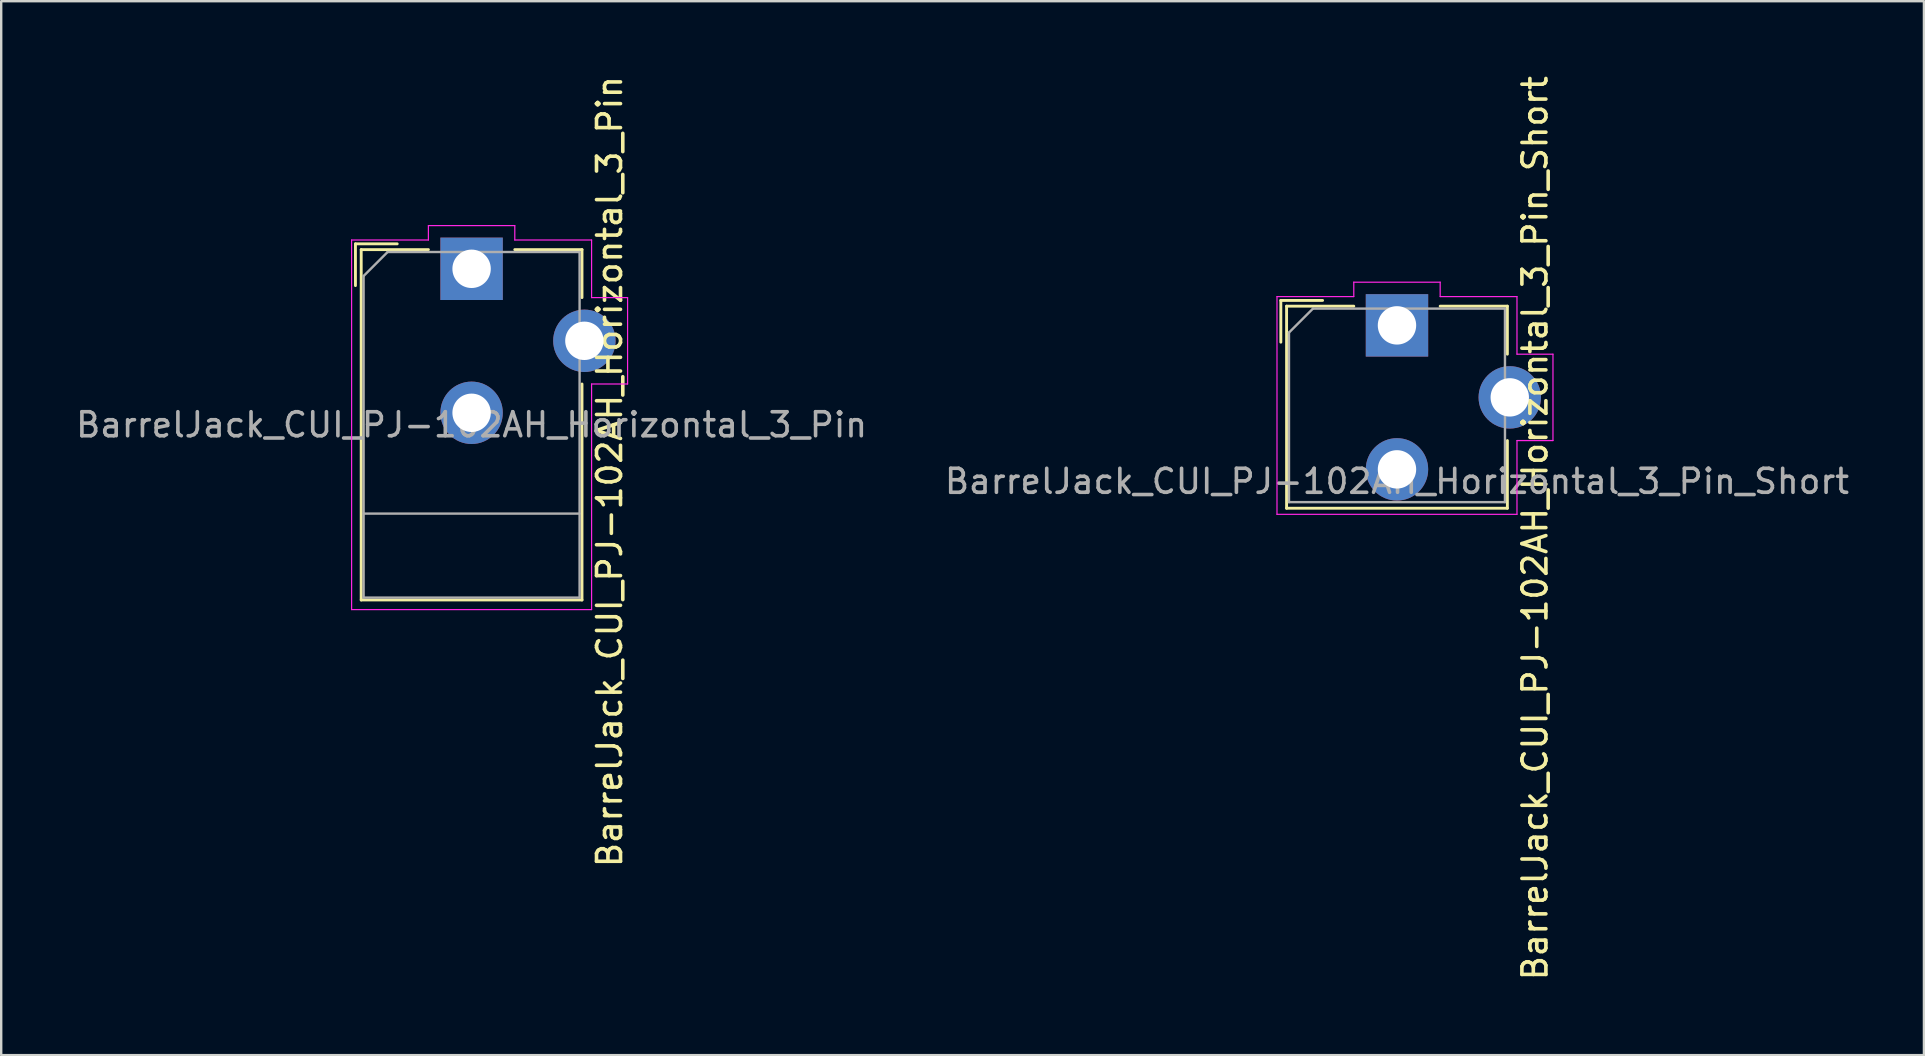
<source format=kicad_pcb>
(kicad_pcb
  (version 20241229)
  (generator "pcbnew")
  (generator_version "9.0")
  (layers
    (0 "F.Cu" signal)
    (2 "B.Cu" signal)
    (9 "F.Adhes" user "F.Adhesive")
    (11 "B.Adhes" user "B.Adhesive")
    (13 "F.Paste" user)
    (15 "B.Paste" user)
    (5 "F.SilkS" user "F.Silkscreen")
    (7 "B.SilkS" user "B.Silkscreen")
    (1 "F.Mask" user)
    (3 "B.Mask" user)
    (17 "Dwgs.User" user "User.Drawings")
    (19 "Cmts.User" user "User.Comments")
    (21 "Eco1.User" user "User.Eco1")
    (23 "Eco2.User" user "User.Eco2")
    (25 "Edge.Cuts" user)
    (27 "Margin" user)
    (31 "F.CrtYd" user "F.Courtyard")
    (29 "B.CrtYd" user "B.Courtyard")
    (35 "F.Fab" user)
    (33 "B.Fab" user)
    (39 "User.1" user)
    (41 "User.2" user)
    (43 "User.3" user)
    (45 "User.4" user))
  (footprint "BarrelJack_CUI_PJ-102AH_Horizontal_3_Pin"
    (layer "F.Cu")
    (at 16.601 8.151)
    (property "Reference" "BarrelJack_CUI_PJ-102AH_Horizontal_3_Pin" (at 5.75 8.45 90) (layer "F.SilkS") (effects (font (size 1 1) (thickness 0.15))))
    (attr through_hole)
    (fp_line (start -4.84 -1.04) (end -3.1 -1.04) (stroke (width 0.12) (type solid)) (layer "F.SilkS"))
    (fp_line (start -4.84 0.7) (end -4.84 -1.04) (stroke (width 0.12) (type solid)) (layer "F.SilkS"))
    (fp_line (start -4.6 -0.8) (end -1.8 -0.8) (stroke (width 0.12) (type solid)) (layer "F.SilkS"))
    (fp_line (start -4.6 13.8) (end -4.6 -0.8) (stroke (width 0.12) (type solid)) (layer "F.SilkS"))
    (fp_line (start 1.8 -0.8) (end 4.6 -0.8) (stroke (width 0.12) (type solid)) (layer "F.SilkS"))
    (fp_line (start 4.6 -0.8) (end 4.6 1.2) (stroke (width 0.12) (type solid)) (layer "F.SilkS"))
    (fp_line (start 4.6 4.8) (end 4.6 13.8) (stroke (width 0.12) (type solid)) (layer "F.SilkS"))
    (fp_line (start 4.6 13.8) (end -4.6 13.8) (stroke (width 0.12) (type solid)) (layer "F.SilkS"))
    (fp_line (start -5 -1.2) (end -1.8 -1.2) (stroke (width 0.05) (type solid)) (layer "F.CrtYd"))
    (fp_line (start -5 14.2) (end -5 -1.2) (stroke (width 0.05) (type solid)) (layer "F.CrtYd"))
    (fp_line (start -1.8 -1.8) (end 1.8 -1.8) (stroke (width 0.05) (type solid)) (layer "F.CrtYd"))
    (fp_line (start -1.8 -1.2) (end -1.8 -1.8) (stroke (width 0.05) (type solid)) (layer "F.CrtYd"))
    (fp_line (start 1.8 -1.8) (end 1.8 -1.2) (stroke (width 0.05) (type solid)) (layer "F.CrtYd"))
    (fp_line (start 1.8 -1.2) (end 5 -1.2) (stroke (width 0.05) (type solid)) (layer "F.CrtYd"))
    (fp_line (start 5 -1.2) (end 5 1.2) (stroke (width 0.05) (type solid)) (layer "F.CrtYd"))
    (fp_line (start 5 1.2) (end 6.5 1.2) (stroke (width 0.05) (type solid)) (layer "F.CrtYd"))
    (fp_line (start 5 4.8) (end 5 14.2) (stroke (width 0.05) (type solid)) (layer "F.CrtYd"))
    (fp_line (start 5 14.2) (end -5 14.2) (stroke (width 0.05) (type solid)) (layer "F.CrtYd"))
    (fp_line (start 6.5 1.2) (end 6.5 4.8) (stroke (width 0.05) (type solid)) (layer "F.CrtYd"))
    (fp_line (start 6.5 4.8) (end 5 4.8) (stroke (width 0.05) (type solid)) (layer "F.CrtYd"))
    (fp_line (start -4.5 0.3) (end -3.5 -0.7) (stroke (width 0.1) (type solid)) (layer "F.Fab"))
    (fp_line (start -4.5 10.2) (end 4.5 10.2) (stroke (width 0.1) (type solid)) (layer "F.Fab"))
    (fp_line (start -4.5 13.7) (end -4.5 0.3) (stroke (width 0.1) (type solid)) (layer "F.Fab"))
    (fp_line (start -3.5 -0.7) (end 4.5 -0.7) (stroke (width 0.1) (type solid)) (layer "F.Fab"))
    (fp_line (start 4.5 -0.7) (end 4.5 13.7) (stroke (width 0.1) (type solid)) (layer "F.Fab"))
    (fp_line (start 4.5 13.7) (end -4.5 13.7) (stroke (width 0.1) (type solid)) (layer "F.Fab"))
    (fp_text user "${REFERENCE}" (at 0 6.5 0) (layer "F.Fab") (effects (font (size 1 1) (thickness 0.15))))
    (pad "1" thru_hole rect (at 0 0) (size 2.6 2.6) (drill 1.6) (layers "*.Cu" "*.Mask"))
    (pad "2" thru_hole circle (at 0 6) (size 2.6 2.6) (drill 1.6) (layers "*.Cu" "*.Mask"))
    (pad "3" thru_hole circle (at 4.7 3) (size 2.6 2.6) (drill 1.6) (layers "*.Cu" "*.Mask")))
  (footprint "BarrelJack_CUI_PJ-102AH_Horizontal_3_Pin_Short"
    (layer "F.Cu")
    (at 55.161 10.508)
    (property "Reference" "BarrelJack_CUI_PJ-102AH_Horizontal_3_Pin_Short" (at 5.75 8.45 90) (layer "F.SilkS") (effects (font (size 1 1) (thickness 0.15))))
    (attr through_hole)
    (fp_line (start -4.84 -1.04) (end -3.1 -1.04) (stroke (width 0.12) (type solid)) (layer "F.SilkS"))
    (fp_line (start -4.84 0.7) (end -4.84 -1.04) (stroke (width 0.12) (type solid)) (layer "F.SilkS"))
    (fp_line (start -4.6 -0.8) (end -1.8 -0.8) (stroke (width 0.12) (type solid)) (layer "F.SilkS"))
    (fp_line (start -4.6 7.62) (end -4.6 -0.8) (stroke (width 0.12) (type solid)) (layer "F.SilkS"))
    (fp_line (start 1.8 -0.8) (end 4.6 -0.8) (stroke (width 0.12) (type solid)) (layer "F.SilkS"))
    (fp_line (start 4.6 -0.8) (end 4.6 1.2) (stroke (width 0.12) (type solid)) (layer "F.SilkS"))
    (fp_line (start 4.6 4.8) (end 4.6 7.62) (stroke (width 0.12) (type solid)) (layer "F.SilkS"))
    (fp_line (start 4.6 7.62) (end -4.6 7.62) (stroke (width 0.12) (type solid)) (layer "F.SilkS"))
    (fp_line (start -5 -1.2) (end -1.8 -1.2) (stroke (width 0.05) (type solid)) (layer "F.CrtYd"))
    (fp_line (start -5 7.874) (end -5 -1.2) (stroke (width 0.05) (type solid)) (layer "F.CrtYd"))
    (fp_line (start -1.8 -1.8) (end 1.8 -1.8) (stroke (width 0.05) (type solid)) (layer "F.CrtYd"))
    (fp_line (start -1.8 -1.2) (end -1.8 -1.8) (stroke (width 0.05) (type solid)) (layer "F.CrtYd"))
    (fp_line (start 1.8 -1.8) (end 1.8 -1.2) (stroke (width 0.05) (type solid)) (layer "F.CrtYd"))
    (fp_line (start 1.8 -1.2) (end 5 -1.2) (stroke (width 0.05) (type solid)) (layer "F.CrtYd"))
    (fp_line (start 5 -1.2) (end 5 1.2) (stroke (width 0.05) (type solid)) (layer "F.CrtYd"))
    (fp_line (start 5 1.2) (end 6.5 1.2) (stroke (width 0.05) (type solid)) (layer "F.CrtYd"))
    (fp_line (start 5 4.8) (end 5 7.874) (stroke (width 0.05) (type solid)) (layer "F.CrtYd"))
    (fp_line (start 5 7.874) (end -5 7.874) (stroke (width 0.05) (type solid)) (layer "F.CrtYd"))
    (fp_line (start 6.5 1.2) (end 6.5 4.8) (stroke (width 0.05) (type solid)) (layer "F.CrtYd"))
    (fp_line (start 6.5 4.8) (end 5 4.8) (stroke (width 0.05) (type solid)) (layer "F.CrtYd"))
    (fp_line (start -4.5 0.3) (end -3.5 -0.7) (stroke (width 0.1) (type solid)) (layer "F.Fab"))
    (fp_line (start -4.5 7.366) (end -4.5 0.3) (stroke (width 0.1) (type solid)) (layer "F.Fab"))
    (fp_line (start -4.5 7.366) (end 4.5 7.366) (stroke (width 0.1) (type solid)) (layer "F.Fab"))
    (fp_line (start -3.5 -0.7) (end 4.5 -0.7) (stroke (width 0.1) (type solid)) (layer "F.Fab"))
    (fp_line (start 4.5 -0.7) (end 4.5 7.366) (stroke (width 0.1) (type solid)) (layer "F.Fab"))
    (fp_text user "${REFERENCE}" (at 0 6.5 0) (layer "F.Fab") (effects (font (size 1 1) (thickness 0.15))))
    (pad "1" thru_hole rect (at 0 0) (size 2.6 2.6) (drill 1.6) (layers "*.Cu" "*.Mask"))
    (pad "2" thru_hole circle (at 0 6) (size 2.6 2.6) (drill 1.6) (layers "*.Cu" "*.Mask"))
    (pad "MP" thru_hole circle (at 4.7 3) (size 2.6 2.6) (drill 1.6) (layers "*.Cu" "*.Mask")))
  (gr_rect
    (start -3 -3)
    (end 77.119 40.917)
    (stroke (width 0.1) (type default))
    (fill no)
    (layer "Edge.Cuts")))
</source>
